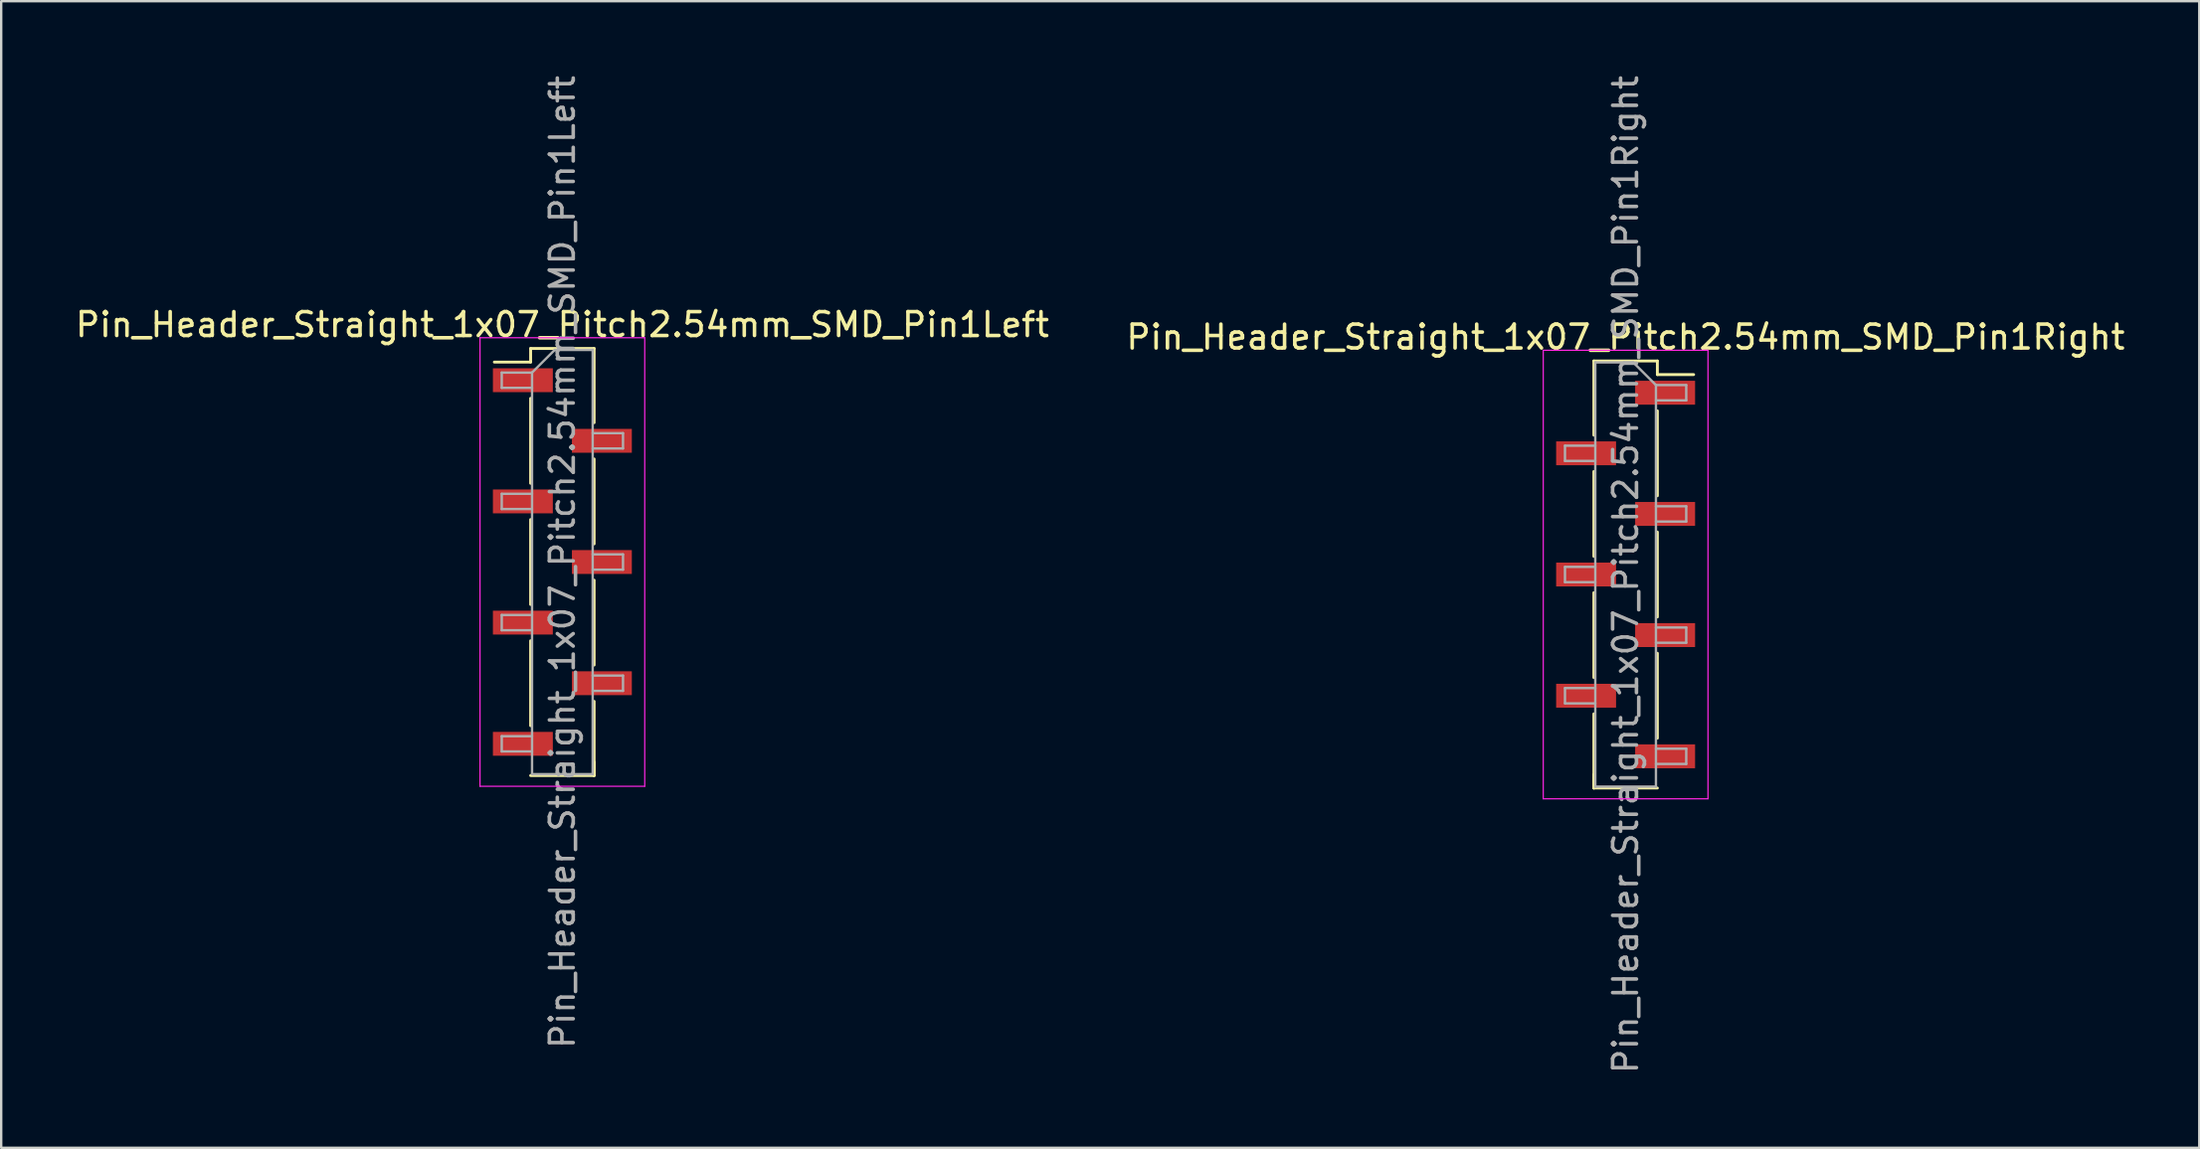
<source format=kicad_pcb>
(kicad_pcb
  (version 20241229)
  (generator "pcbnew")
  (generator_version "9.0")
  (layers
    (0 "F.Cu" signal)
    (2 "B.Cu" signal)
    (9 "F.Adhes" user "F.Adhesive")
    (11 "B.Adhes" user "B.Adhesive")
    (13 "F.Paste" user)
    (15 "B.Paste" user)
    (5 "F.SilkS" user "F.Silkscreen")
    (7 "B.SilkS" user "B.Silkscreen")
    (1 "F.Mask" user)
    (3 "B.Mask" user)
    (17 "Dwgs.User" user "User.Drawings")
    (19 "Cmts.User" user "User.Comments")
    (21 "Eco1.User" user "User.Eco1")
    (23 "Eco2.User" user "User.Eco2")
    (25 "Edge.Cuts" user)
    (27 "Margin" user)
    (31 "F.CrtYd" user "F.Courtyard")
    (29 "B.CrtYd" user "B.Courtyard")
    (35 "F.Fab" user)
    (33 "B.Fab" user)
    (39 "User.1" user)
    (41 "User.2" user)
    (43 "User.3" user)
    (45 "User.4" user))
  (footprint "Pin_Header_Straight_1x07_Pitch2.54mm_SMD_Pin1Left"
    (layer "F.Cu")
    (at 20.506 20.506)
    (property "Reference" "Pin_Header_Straight_1x07_Pitch2.54mm_SMD_Pin1Left" (at 0 -9.95 0) (layer "F.SilkS") (effects (font (size 1 1) (thickness 0.15))))
    (attr smd)
    (fp_line (start -1.33 -8.95) (end -1.33 -8.38) (stroke (width 0.12) (type solid)) (layer "F.SilkS"))
    (fp_line (start -1.33 -8.95) (end 1.33 -8.95) (stroke (width 0.12) (type solid)) (layer "F.SilkS"))
    (fp_line (start -1.33 -8.38) (end -2.85 -8.38) (stroke (width 0.12) (type solid)) (layer "F.SilkS"))
    (fp_line (start -1.33 -6.86) (end -1.33 -3.3) (stroke (width 0.12) (type solid)) (layer "F.SilkS"))
    (fp_line (start -1.33 -1.78) (end -1.33 1.78) (stroke (width 0.12) (type solid)) (layer "F.SilkS"))
    (fp_line (start -1.33 3.3) (end -1.33 6.86) (stroke (width 0.12) (type solid)) (layer "F.SilkS"))
    (fp_line (start -1.33 8.95) (end 1.33 8.95) (stroke (width 0.12) (type solid)) (layer "F.SilkS"))
    (fp_line (start 1.33 -8.95) (end 1.33 -5.84) (stroke (width 0.12) (type solid)) (layer "F.SilkS"))
    (fp_line (start 1.33 -4.32) (end 1.33 -0.76) (stroke (width 0.12) (type solid)) (layer "F.SilkS"))
    (fp_line (start 1.33 0.76) (end 1.33 4.32) (stroke (width 0.12) (type solid)) (layer "F.SilkS"))
    (fp_line (start 1.33 5.84) (end 1.33 8.95) (stroke (width 0.12) (type solid)) (layer "F.SilkS"))
    (fp_line (start 1.33 8.38) (end 1.33 8.95) (stroke (width 0.12) (type solid)) (layer "F.SilkS"))
    (fp_line (start -3.45 -9.4) (end -3.45 9.4) (stroke (width 0.05) (type solid)) (layer "F.CrtYd"))
    (fp_line (start -3.45 9.4) (end 3.45 9.4) (stroke (width 0.05) (type solid)) (layer "F.CrtYd"))
    (fp_line (start 3.45 -9.4) (end -3.45 -9.4) (stroke (width 0.05) (type solid)) (layer "F.CrtYd"))
    (fp_line (start 3.45 9.4) (end 3.45 -9.4) (stroke (width 0.05) (type solid)) (layer "F.CrtYd"))
    (fp_line (start -2.54 -7.94) (end -2.54 -7.3) (stroke (width 0.1) (type solid)) (layer "F.Fab"))
    (fp_line (start -2.54 -7.3) (end -1.27 -7.3) (stroke (width 0.1) (type solid)) (layer "F.Fab"))
    (fp_line (start -2.54 -2.86) (end -2.54 -2.22) (stroke (width 0.1) (type solid)) (layer "F.Fab"))
    (fp_line (start -2.54 -2.22) (end -1.27 -2.22) (stroke (width 0.1) (type solid)) (layer "F.Fab"))
    (fp_line (start -2.54 2.22) (end -2.54 2.86) (stroke (width 0.1) (type solid)) (layer "F.Fab"))
    (fp_line (start -2.54 2.86) (end -1.27 2.86) (stroke (width 0.1) (type solid)) (layer "F.Fab"))
    (fp_line (start -2.54 7.3) (end -2.54 7.94) (stroke (width 0.1) (type solid)) (layer "F.Fab"))
    (fp_line (start -2.54 7.94) (end -1.27 7.94) (stroke (width 0.1) (type solid)) (layer "F.Fab"))
    (fp_line (start -1.27 -7.94) (end -2.54 -7.94) (stroke (width 0.1) (type solid)) (layer "F.Fab"))
    (fp_line (start -1.27 -7.94) (end -0.32 -8.89) (stroke (width 0.1) (type solid)) (layer "F.Fab"))
    (fp_line (start -1.27 -2.86) (end -2.54 -2.86) (stroke (width 0.1) (type solid)) (layer "F.Fab"))
    (fp_line (start -1.27 2.22) (end -2.54 2.22) (stroke (width 0.1) (type solid)) (layer "F.Fab"))
    (fp_line (start -1.27 7.3) (end -2.54 7.3) (stroke (width 0.1) (type solid)) (layer "F.Fab"))
    (fp_line (start -1.27 8.89) (end -1.27 -7.94) (stroke (width 0.1) (type solid)) (layer "F.Fab"))
    (fp_line (start -0.32 -8.89) (end 1.27 -8.89) (stroke (width 0.1) (type solid)) (layer "F.Fab"))
    (fp_line (start 1.27 -8.89) (end 1.27 8.89) (stroke (width 0.1) (type solid)) (layer "F.Fab"))
    (fp_line (start 1.27 -5.4) (end 2.54 -5.4) (stroke (width 0.1) (type solid)) (layer "F.Fab"))
    (fp_line (start 1.27 -0.32) (end 2.54 -0.32) (stroke (width 0.1) (type solid)) (layer "F.Fab"))
    (fp_line (start 1.27 4.76) (end 2.54 4.76) (stroke (width 0.1) (type solid)) (layer "F.Fab"))
    (fp_line (start 1.27 8.89) (end -1.27 8.89) (stroke (width 0.1) (type solid)) (layer "F.Fab"))
    (fp_line (start 2.54 -5.4) (end 2.54 -4.76) (stroke (width 0.1) (type solid)) (layer "F.Fab"))
    (fp_line (start 2.54 -4.76) (end 1.27 -4.76) (stroke (width 0.1) (type solid)) (layer "F.Fab"))
    (fp_line (start 2.54 -0.32) (end 2.54 0.32) (stroke (width 0.1) (type solid)) (layer "F.Fab"))
    (fp_line (start 2.54 0.32) (end 1.27 0.32) (stroke (width 0.1) (type solid)) (layer "F.Fab"))
    (fp_line (start 2.54 4.76) (end 2.54 5.4) (stroke (width 0.1) (type solid)) (layer "F.Fab"))
    (fp_line (start 2.54 5.4) (end 1.27 5.4) (stroke (width 0.1) (type solid)) (layer "F.Fab"))
    (fp_text user "${REFERENCE}" (at 0 0 90) (layer "F.Fab") (effects (font (size 1 1) (thickness 0.15))))
    (pad "1" smd rect (at -1.655 -7.62) (size 2.51 1) (layers "F.Cu" "F.Mask" "F.Paste"))
    (pad "2" smd rect (at 1.655 -5.08) (size 2.51 1) (layers "F.Cu" "F.Mask" "F.Paste"))
    (pad "3" smd rect (at -1.655 -2.54) (size 2.51 1) (layers "F.Cu" "F.Mask" "F.Paste"))
    (pad "4" smd rect (at 1.655 0) (size 2.51 1) (layers "F.Cu" "F.Mask" "F.Paste"))
    (pad "5" smd rect (at -1.655 2.54) (size 2.51 1) (layers "F.Cu" "F.Mask" "F.Paste"))
    (pad "6" smd rect (at 1.655 5.08) (size 2.51 1) (layers "F.Cu" "F.Mask" "F.Paste"))
    (pad "7" smd rect (at -1.655 7.62) (size 2.51 1) (layers "F.Cu" "F.Mask" "F.Paste")))
  (footprint "Pin_Header_Straight_1x07_Pitch2.54mm_SMD_Pin1Right"
    (layer "F.Cu")
    (at 65.042 21.03)
    (property "Reference" "Pin_Header_Straight_1x07_Pitch2.54mm_SMD_Pin1Right" (at 0 -9.95 0) (layer "F.SilkS") (effects (font (size 1 1) (thickness 0.15))))
    (attr smd)
    (fp_line (start -1.33 -8.95) (end -1.33 -5.84) (stroke (width 0.12) (type solid)) (layer "F.SilkS"))
    (fp_line (start -1.33 -8.95) (end 1.33 -8.95) (stroke (width 0.12) (type solid)) (layer "F.SilkS"))
    (fp_line (start -1.33 -4.32) (end -1.33 -0.76) (stroke (width 0.12) (type solid)) (layer "F.SilkS"))
    (fp_line (start -1.33 0.76) (end -1.33 4.32) (stroke (width 0.12) (type solid)) (layer "F.SilkS"))
    (fp_line (start -1.33 5.84) (end -1.33 8.95) (stroke (width 0.12) (type solid)) (layer "F.SilkS"))
    (fp_line (start -1.33 8.38) (end -1.33 8.95) (stroke (width 0.12) (type solid)) (layer "F.SilkS"))
    (fp_line (start -1.33 8.95) (end 1.33 8.95) (stroke (width 0.12) (type solid)) (layer "F.SilkS"))
    (fp_line (start 1.33 -8.95) (end 1.33 -8.38) (stroke (width 0.12) (type solid)) (layer "F.SilkS"))
    (fp_line (start 1.33 -8.38) (end 2.85 -8.38) (stroke (width 0.12) (type solid)) (layer "F.SilkS"))
    (fp_line (start 1.33 -6.86) (end 1.33 -3.3) (stroke (width 0.12) (type solid)) (layer "F.SilkS"))
    (fp_line (start 1.33 -1.78) (end 1.33 1.78) (stroke (width 0.12) (type solid)) (layer "F.SilkS"))
    (fp_line (start 1.33 3.3) (end 1.33 6.86) (stroke (width 0.12) (type solid)) (layer "F.SilkS"))
    (fp_line (start -3.45 -9.4) (end -3.45 9.4) (stroke (width 0.05) (type solid)) (layer "F.CrtYd"))
    (fp_line (start -3.45 9.4) (end 3.45 9.4) (stroke (width 0.05) (type solid)) (layer "F.CrtYd"))
    (fp_line (start 3.45 -9.4) (end -3.45 -9.4) (stroke (width 0.05) (type solid)) (layer "F.CrtYd"))
    (fp_line (start 3.45 9.4) (end 3.45 -9.4) (stroke (width 0.05) (type solid)) (layer "F.CrtYd"))
    (fp_line (start -2.54 -5.4) (end -2.54 -4.76) (stroke (width 0.1) (type solid)) (layer "F.Fab"))
    (fp_line (start -2.54 -4.76) (end -1.27 -4.76) (stroke (width 0.1) (type solid)) (layer "F.Fab"))
    (fp_line (start -2.54 -0.32) (end -2.54 0.32) (stroke (width 0.1) (type solid)) (layer "F.Fab"))
    (fp_line (start -2.54 0.32) (end -1.27 0.32) (stroke (width 0.1) (type solid)) (layer "F.Fab"))
    (fp_line (start -2.54 4.76) (end -2.54 5.4) (stroke (width 0.1) (type solid)) (layer "F.Fab"))
    (fp_line (start -2.54 5.4) (end -1.27 5.4) (stroke (width 0.1) (type solid)) (layer "F.Fab"))
    (fp_line (start -1.27 -8.89) (end -1.27 8.89) (stroke (width 0.1) (type solid)) (layer "F.Fab"))
    (fp_line (start -1.27 -8.89) (end 0.32 -8.89) (stroke (width 0.1) (type solid)) (layer "F.Fab"))
    (fp_line (start -1.27 -5.4) (end -2.54 -5.4) (stroke (width 0.1) (type solid)) (layer "F.Fab"))
    (fp_line (start -1.27 -0.32) (end -2.54 -0.32) (stroke (width 0.1) (type solid)) (layer "F.Fab"))
    (fp_line (start -1.27 4.76) (end -2.54 4.76) (stroke (width 0.1) (type solid)) (layer "F.Fab"))
    (fp_line (start 1.27 -7.94) (end 0.32 -8.89) (stroke (width 0.1) (type solid)) (layer "F.Fab"))
    (fp_line (start 1.27 -7.94) (end 2.54 -7.94) (stroke (width 0.1) (type solid)) (layer "F.Fab"))
    (fp_line (start 1.27 -2.86) (end 2.54 -2.86) (stroke (width 0.1) (type solid)) (layer "F.Fab"))
    (fp_line (start 1.27 2.22) (end 2.54 2.22) (stroke (width 0.1) (type solid)) (layer "F.Fab"))
    (fp_line (start 1.27 7.3) (end 2.54 7.3) (stroke (width 0.1) (type solid)) (layer "F.Fab"))
    (fp_line (start 1.27 8.89) (end -1.27 8.89) (stroke (width 0.1) (type solid)) (layer "F.Fab"))
    (fp_line (start 1.27 8.89) (end 1.27 -7.94) (stroke (width 0.1) (type solid)) (layer "F.Fab"))
    (fp_line (start 2.54 -7.94) (end 2.54 -7.3) (stroke (width 0.1) (type solid)) (layer "F.Fab"))
    (fp_line (start 2.54 -7.3) (end 1.27 -7.3) (stroke (width 0.1) (type solid)) (layer "F.Fab"))
    (fp_line (start 2.54 -2.86) (end 2.54 -2.22) (stroke (width 0.1) (type solid)) (layer "F.Fab"))
    (fp_line (start 2.54 -2.22) (end 1.27 -2.22) (stroke (width 0.1) (type solid)) (layer "F.Fab"))
    (fp_line (start 2.54 2.22) (end 2.54 2.86) (stroke (width 0.1) (type solid)) (layer "F.Fab"))
    (fp_line (start 2.54 2.86) (end 1.27 2.86) (stroke (width 0.1) (type solid)) (layer "F.Fab"))
    (fp_line (start 2.54 7.3) (end 2.54 7.94) (stroke (width 0.1) (type solid)) (layer "F.Fab"))
    (fp_line (start 2.54 7.94) (end 1.27 7.94) (stroke (width 0.1) (type solid)) (layer "F.Fab"))
    (fp_text user "${REFERENCE}" (at 0 0 90) (layer "F.Fab") (effects (font (size 1 1) (thickness 0.15))))
    (pad "1" smd rect (at 1.655 -7.62) (size 2.51 1) (layers "F.Cu" "F.Mask" "F.Paste"))
    (pad "2" smd rect (at -1.655 -5.08) (size 2.51 1) (layers "F.Cu" "F.Mask" "F.Paste"))
    (pad "3" smd rect (at 1.655 -2.54) (size 2.51 1) (layers "F.Cu" "F.Mask" "F.Paste"))
    (pad "4" smd rect (at -1.655 0) (size 2.51 1) (layers "F.Cu" "F.Mask" "F.Paste"))
    (pad "5" smd rect (at 1.655 2.54) (size 2.51 1) (layers "F.Cu" "F.Mask" "F.Paste"))
    (pad "6" smd rect (at -1.655 5.08) (size 2.51 1) (layers "F.Cu" "F.Mask" "F.Paste"))
    (pad "7" smd rect (at 1.655 7.62) (size 2.51 1) (layers "F.Cu" "F.Mask" "F.Paste")))
  (gr_rect
    (start -3 -3)
    (end 89.071 45.06)
    (stroke (width 0.1) (type default))
    (fill no)
    (layer "Edge.Cuts")))
</source>
